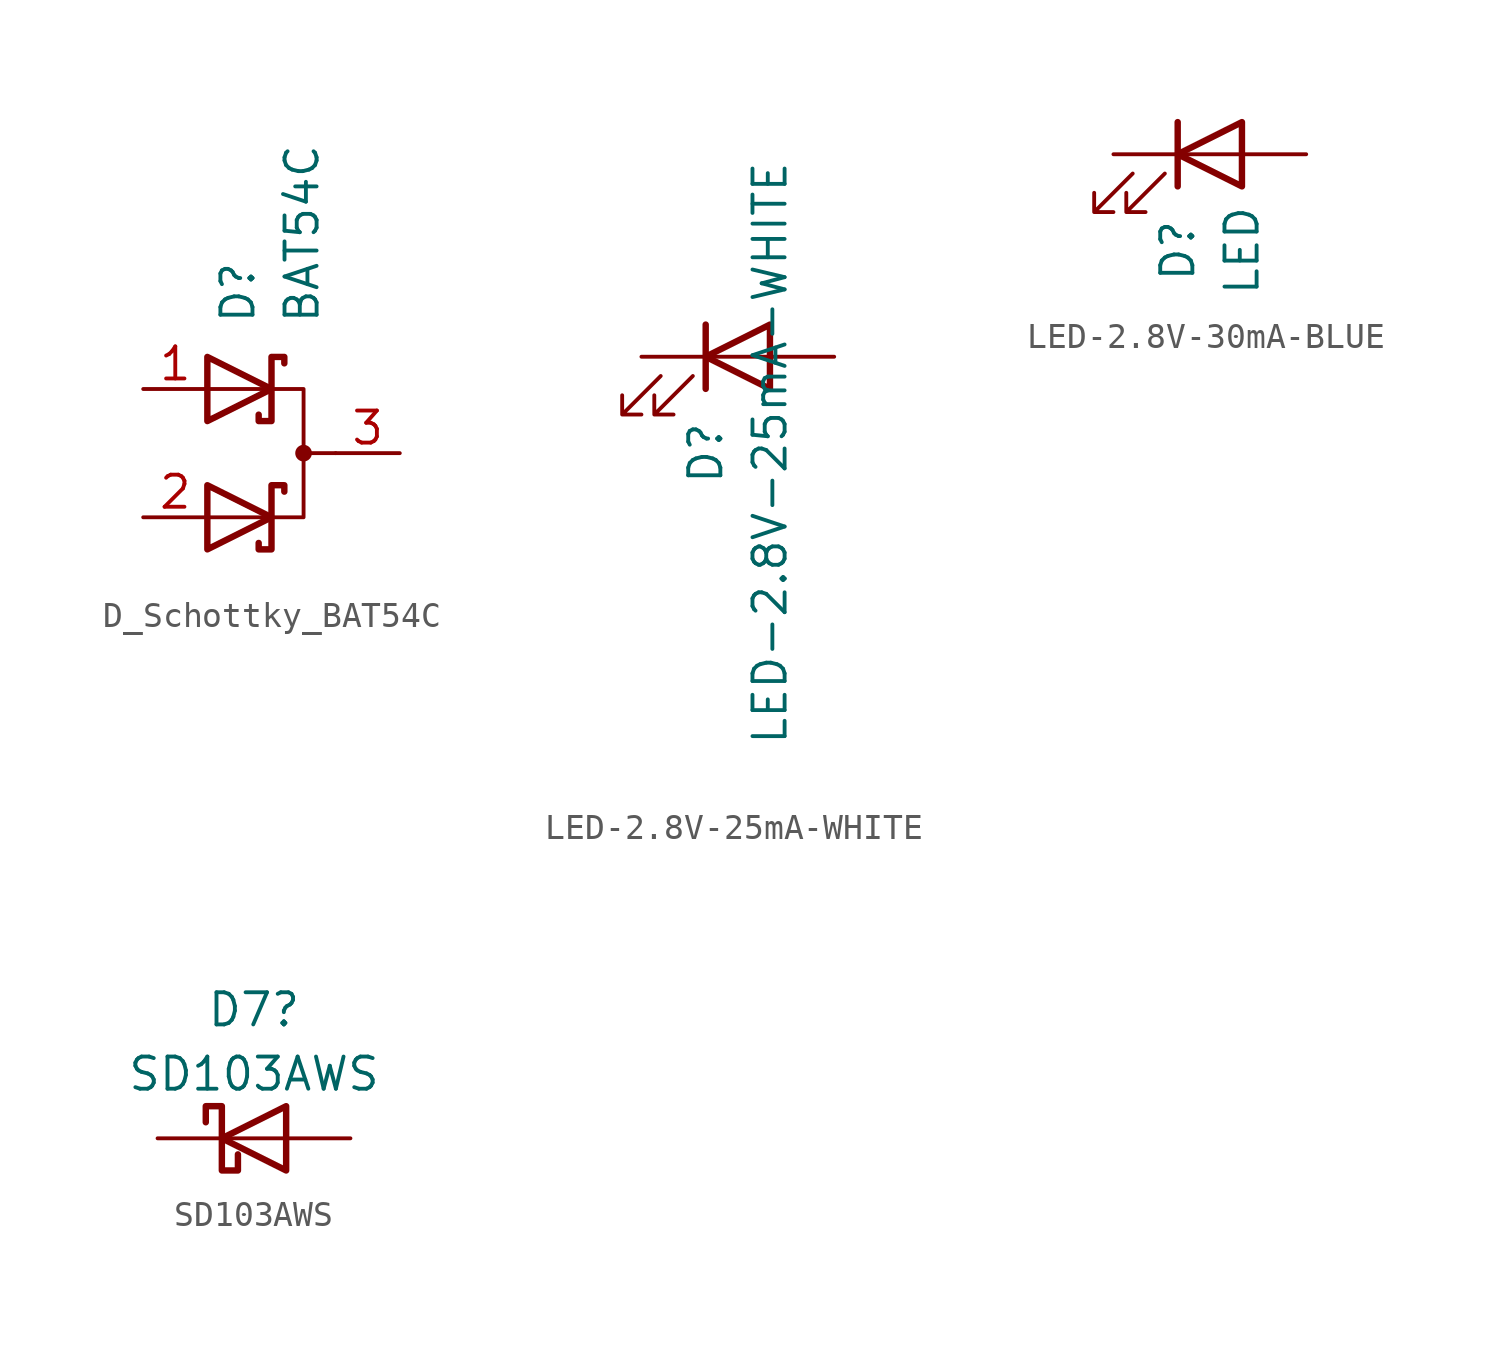
<source format=kicad_sym>
(kicad_symbol_lib
  (version 20220914)
  (generator kicad_symbol_editor)
  (symbol "D_Schottky_BAT54C"
    (pin_names
      (offset 0.762) hide)
    (property "Reference" "D"
      (at -1.333 5.08 90)
      (effects (font (size 1.27 1.27)) (justify left)))
    (property "Value" "BAT54C"
      (at 1.206 5.08 90)
      (effects (font (size 1.27 1.27)) (justify left)))
    (symbol "D_Schottky_BAT54C_0_1"
      (polyline (pts (xy 1.27 0) (xy 2.54 0)) (stroke (width 0) (type default)) (fill (type none)))
      (polyline (pts (xy -2.54 -2.54) (xy 1.27 -2.54) (xy 1.27 2.54) (xy -2.54 2.54)) (stroke (width 0) (type default)) (fill (type none)))
      (polyline (pts (xy -2.54 -1.27) (xy 0 -2.54) (xy -2.54 -3.81) (xy -2.54 -1.27) (xy -2.54 -1.27) (xy -2.54 -1.27)) (stroke (width 0.254) (type default)) (fill (type none)))
      (polyline (pts (xy -2.54 3.81) (xy 0 2.54) (xy -2.54 1.27) (xy -2.54 3.81) (xy -2.54 3.81) (xy -2.54 3.81)) (stroke (width 0.254) (type default)) (fill (type none)))
      (polyline (pts (xy 0.508 -1.524) (xy 0.508 -1.27) (xy 0 -1.27) (xy 0 -3.81) (xy -0.508 -3.81) (xy -0.508 -3.556)) (stroke (width 0.254) (type default)) (fill (type none)))
      (polyline (pts (xy 0.508 3.556) (xy 0.508 3.81) (xy 0 3.81) (xy 0 1.27) (xy -0.508 1.27) (xy -0.508 1.524)) (stroke (width 0.254) (type default)) (fill (type none)))
      (circle (center 1.27 0) (radius 0.254) (stroke (width 0) (type default)) (fill (type outline)))
      (pin passive line (at -5.08 2.54 0) (length 2.54) (name "K" (effects (font (size 1.27 1.27)))) (number "1" (effects (font (size 1.27 1.27)))))
      (pin passive line (at -5.08 -2.54 0) (length 2.54) (name "K" (effects (font (size 1.27 1.27)))) (number "2" (effects (font (size 1.27 1.27)))))
      (pin passive line (at 5.08 0 180) (length 2.54) (name "A" (effects (font (size 1.27 1.27)))) (number "3" (effects (font (size 1.27 1.27)))))))
  (symbol "LED-2.8V-25mA-WHITE"
    (pin_numbers hide)
    (pin_names
      (offset 1.016) hide)
    (property "Reference" "D"
      (at -1.27 -3.81 90)
      (effects (font (size 1.27 1.27))))
    (property "Value" "LED-2.8V-25mA-WHITE"
      (at 1.27 -3.81 90)
      (effects (font (size 1.27 1.27))))
    (symbol "LED-2.8V-25mA-WHITE_0_1"
      (polyline (pts (xy -1.27 -1.27) (xy -1.27 1.27)) (stroke (width 0.254) (type default)) (fill (type none)))
      (polyline (pts (xy -1.27 0) (xy 1.27 0)) (stroke (width 0) (type default)) (fill (type none)))
      (polyline (pts (xy 1.27 -1.27) (xy 1.27 1.27) (xy -1.27 0) (xy 1.27 -1.27)) (stroke (width 0.254) (type default)) (fill (type none)))
      (polyline (pts (xy -3.048 -0.762) (xy -4.572 -2.286) (xy -3.81 -2.286) (xy -4.572 -2.286) (xy -4.572 -1.524)) (stroke (width 0) (type default)) (fill (type none)))
      (polyline (pts (xy -1.778 -0.762) (xy -3.302 -2.286) (xy -2.54 -2.286) (xy -3.302 -2.286) (xy -3.302 -1.524)) (stroke (width 0) (type default)) (fill (type none))))
    (symbol "LED-2.8V-25mA-WHITE_1_1"
      (pin passive line (at -3.81 0 0) (length 2.54) (name "K" (effects (font (size 1.27 1.27)))) (number "1" (effects (font (size 1.27 1.27)))))
      (pin passive line (at 3.81 0 180) (length 2.54) (name "A" (effects (font (size 1.27 1.27)))) (number "2" (effects (font (size 1.27 1.27)))))))
  (symbol "LED-2.8V-30mA-BLUE"
    (pin_numbers hide)
    (pin_names
      (offset 1.016) hide)
    (property "Reference" "D"
      (at -1.27 -3.81 90)
      (effects (font (size 1.27 1.27))))
    (property "Value" "LED"
      (at 1.27 -3.81 90)
      (effects (font (size 1.27 1.27))))
    (symbol "LED-2.8V-30mA-BLUE_0_1"
      (polyline (pts (xy -1.27 -1.27) (xy -1.27 1.27)) (stroke (width 0.254) (type default)) (fill (type none)))
      (polyline (pts (xy -1.27 0) (xy 1.27 0)) (stroke (width 0) (type default)) (fill (type none)))
      (polyline (pts (xy 1.27 -1.27) (xy 1.27 1.27) (xy -1.27 0) (xy 1.27 -1.27)) (stroke (width 0.254) (type default)) (fill (type none)))
      (polyline (pts (xy -3.048 -0.762) (xy -4.572 -2.286) (xy -3.81 -2.286) (xy -4.572 -2.286) (xy -4.572 -1.524)) (stroke (width 0) (type default)) (fill (type none)))
      (polyline (pts (xy -1.778 -0.762) (xy -3.302 -2.286) (xy -2.54 -2.286) (xy -3.302 -2.286) (xy -3.302 -1.524)) (stroke (width 0) (type default)) (fill (type none))))
    (symbol "LED-2.8V-30mA-BLUE_1_1"
      (pin passive line (at -3.81 0 0) (length 2.54) (name "K" (effects (font (size 1.27 1.27)))) (number "1" (effects (font (size 1.27 1.27)))))
      (pin passive line (at 3.81 0 180) (length 2.54) (name "A" (effects (font (size 1.27 1.27)))) (number "2" (effects (font (size 1.27 1.27)))))))
  (symbol "SD103AWS"
    (pin_numbers hide)
    (pin_names
      (offset 1.016) hide)
    (property "Reference" "D7"
      (at 0 5.08 0)
      (effects (font (size 1.27 1.27))))
    (property "Value" "SD103AWS"
      (at 0 2.54 0)
      (effects (font (size 1.27 1.27))))
    (symbol "SD103AWS_0_1"
      (polyline (pts (xy 1.27 0) (xy -1.27 0)) (stroke (width 0) (type default)) (fill (type none)))
      (polyline (pts (xy 1.27 1.27) (xy 1.27 -1.27) (xy -1.27 0) (xy 1.27 1.27)) (stroke (width 0.254) (type default)) (fill (type none)))
      (polyline (pts (xy -1.905 0.635) (xy -1.905 1.27) (xy -1.27 1.27) (xy -1.27 -1.27) (xy -0.635 -1.27) (xy -0.635 -0.635)) (stroke (width 0.254) (type default)) (fill (type none))))
    (symbol "SD103AWS_1_1"
      (pin passive line (at -3.81 0 0) (length 2.54) (name "K" (effects (font (size 1.27 1.27)))) (number "1" (effects (font (size 1.27 1.27)))))
      (pin passive line (at 3.81 0 180) (length 2.54) (name "A" (effects (font (size 1.27 1.27)))) (number "2" (effects (font (size 1.27 1.27))))))))
</source>
